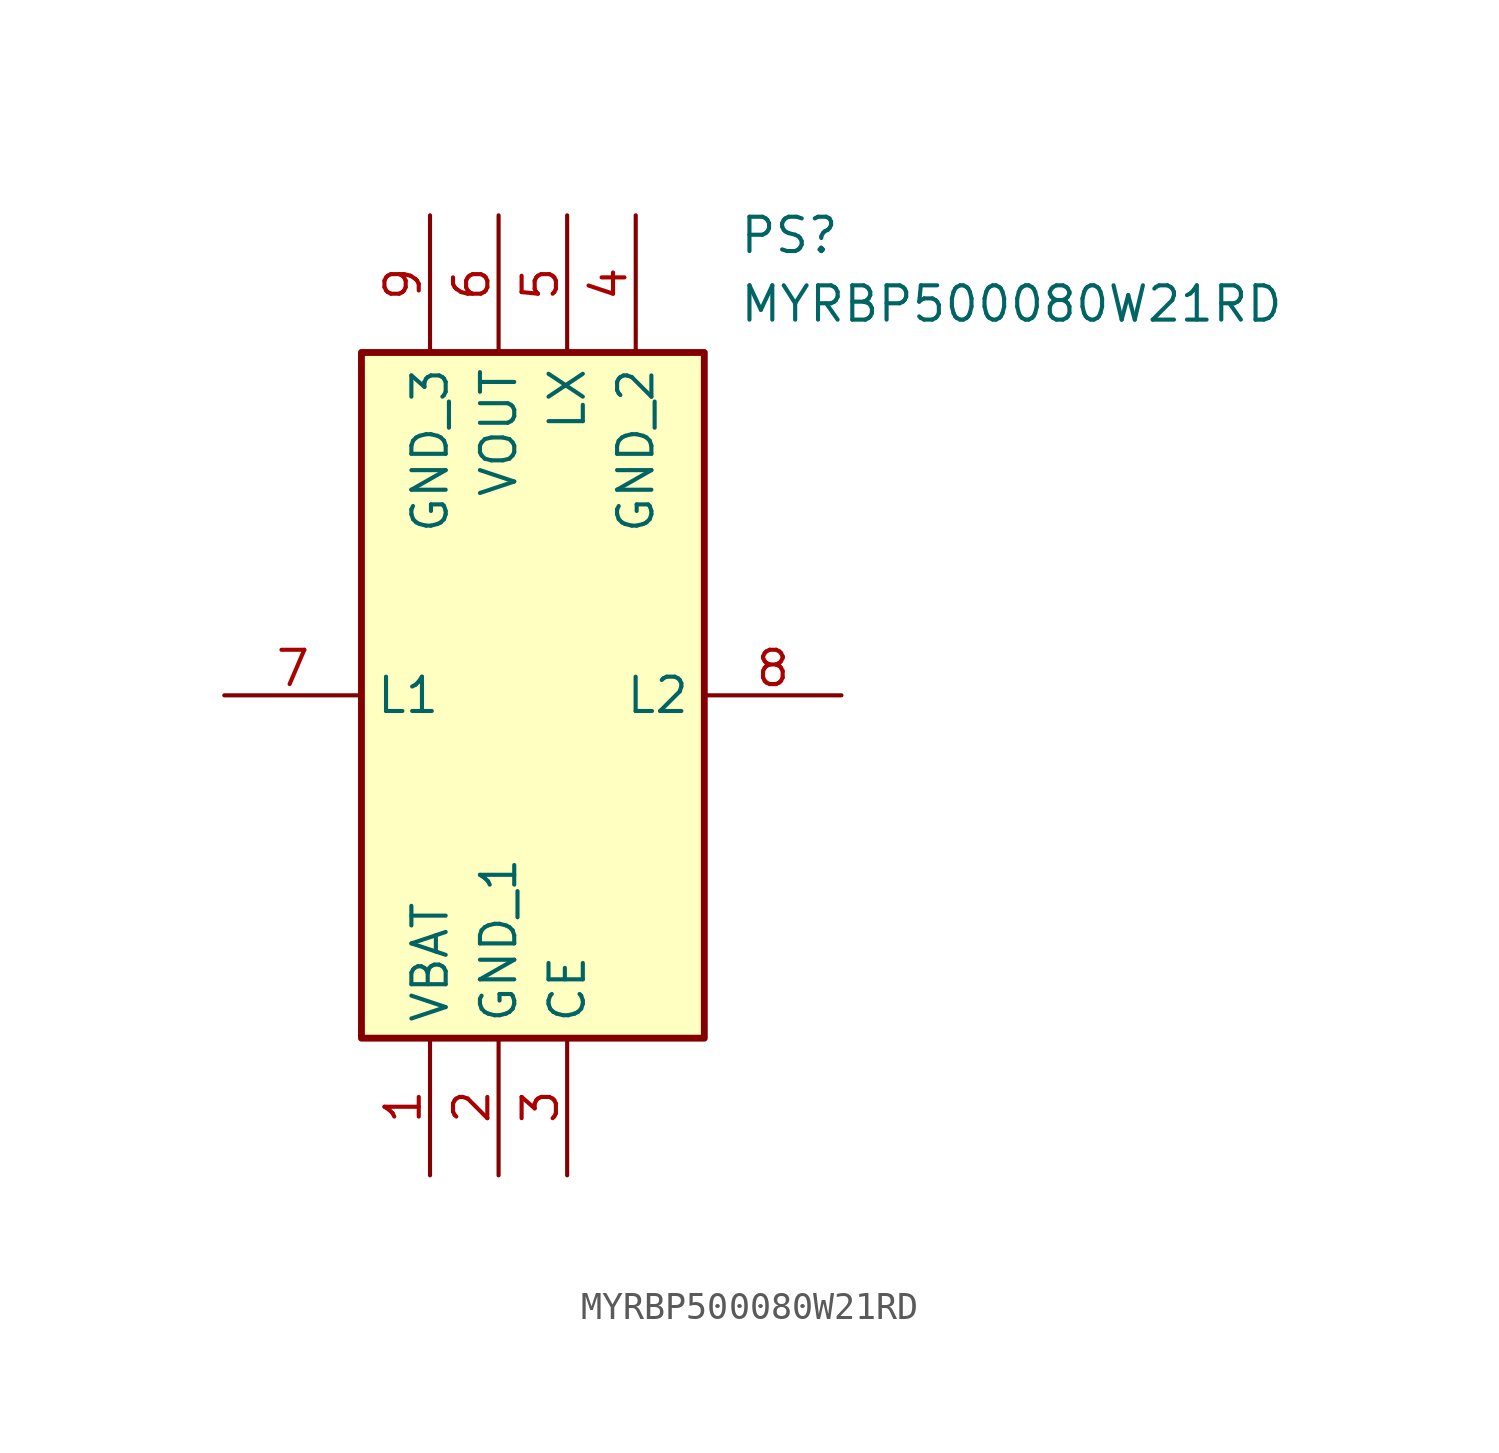
<source format=kicad_sym>
(kicad_symbol_lib
  (version 20211014)
  (generator SamacSys_ECAD_Model)
  (symbol "MYRBP500080W21RD"
    (property "Reference" "PS"
      (at 19.05 17.78 0)
      (effects (font (size 1.27 1.27)) (justify left top)))
    (property "Value" "MYRBP500080W21RD"
      (at 19.05 15.24 0)
      (effects (font (size 1.27 1.27)) (justify left top)))
    (rectangle
      (start 5.08 12.7)
      (end 17.78 -12.7)
      (stroke (width 0.254) (type default))
      (fill (type background)))
    (pin passive line
      (at 7.62 -17.78 90)
      (length 5.08)
      (name "VBAT" (effects (font (size 1.27 1.27))))
      (number "1" (effects (font (size 1.27 1.27)))))
    (pin passive line
      (at 10.16 -17.78 90)
      (length 5.08)
      (name "GND_1" (effects (font (size 1.27 1.27))))
      (number "2" (effects (font (size 1.27 1.27)))))
    (pin passive line
      (at 12.7 -17.78 90)
      (length 5.08)
      (name "CE" (effects (font (size 1.27 1.27))))
      (number "3" (effects (font (size 1.27 1.27)))))
    (pin passive line
      (at 15.24 17.78 270)
      (length 5.08)
      (name "GND_2" (effects (font (size 1.27 1.27))))
      (number "4" (effects (font (size 1.27 1.27)))))
    (pin passive line
      (at 12.7 17.78 270)
      (length 5.08)
      (name "LX" (effects (font (size 1.27 1.27))))
      (number "5" (effects (font (size 1.27 1.27)))))
    (pin passive line
      (at 10.16 17.78 270)
      (length 5.08)
      (name "VOUT" (effects (font (size 1.27 1.27))))
      (number "6" (effects (font (size 1.27 1.27)))))
    (pin passive line
      (at 0 0 0)
      (length 5.08)
      (name "L1" (effects (font (size 1.27 1.27))))
      (number "7" (effects (font (size 1.27 1.27)))))
    (pin passive line
      (at 22.86 0 180)
      (length 5.08)
      (name "L2" (effects (font (size 1.27 1.27))))
      (number "8" (effects (font (size 1.27 1.27)))))
    (pin passive line
      (at 7.62 17.78 270)
      (length 5.08)
      (name "GND_3" (effects (font (size 1.27 1.27))))
      (number "9" (effects (font (size 1.27 1.27)))))))
</source>
